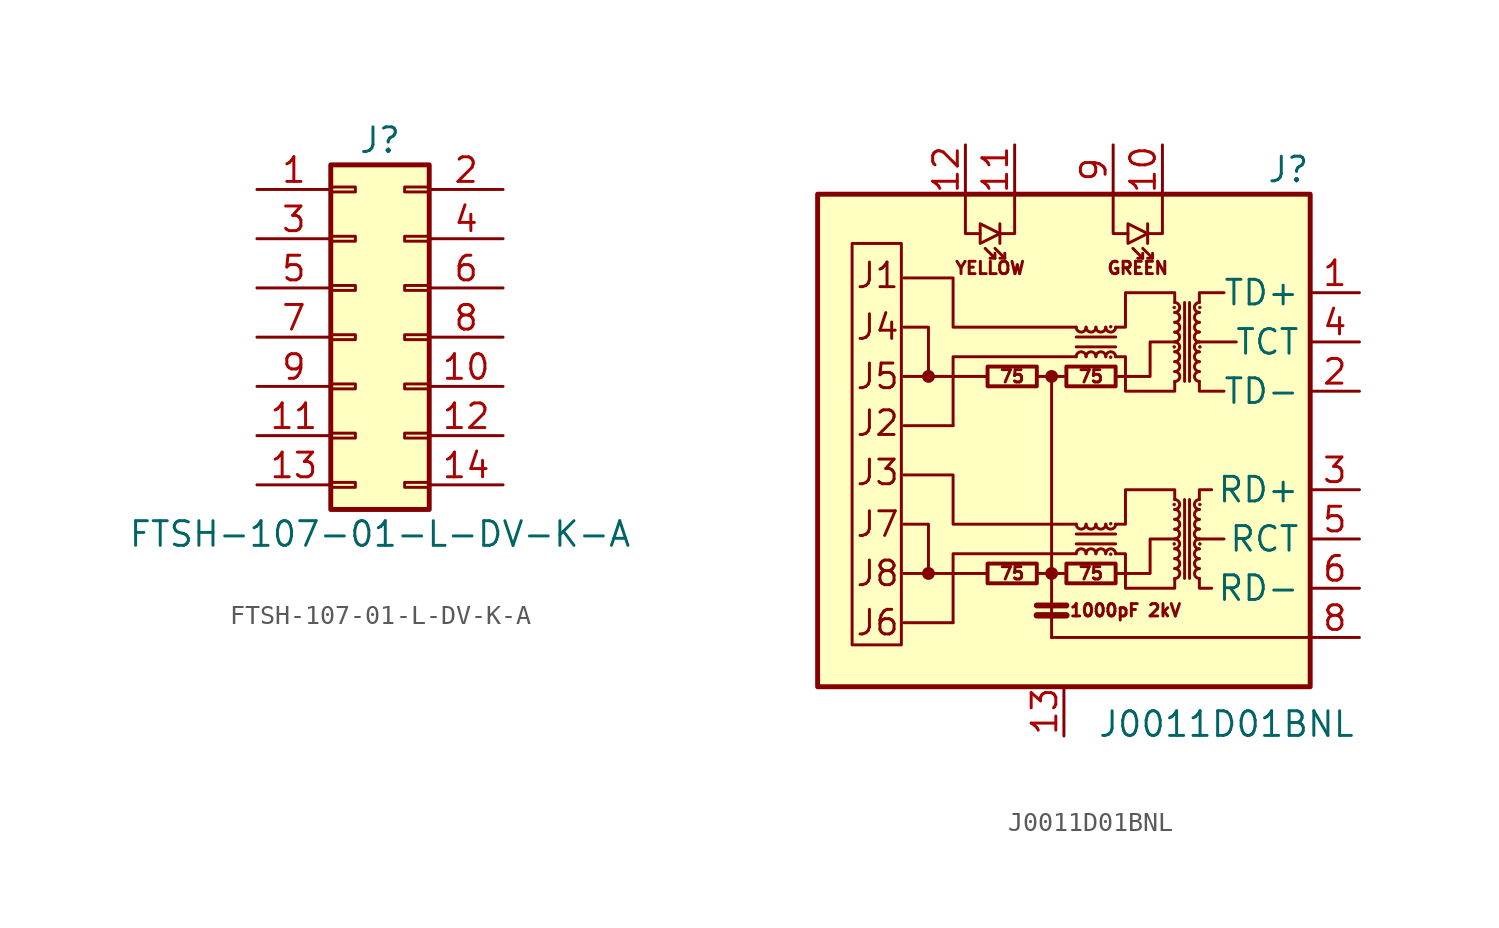
<source format=kicad_sym>
(kicad_symbol_lib
  (version 20211014)
  (generator kicad_symbol_editor)
  (symbol "FTSH-107-01-L-DV-K-A"
    (pin_names
      (offset 1.016) hide)
    (property "Reference" "J"
      (at 1.27 10.16 0)
      (effects (font (size 1.27 1.27))))
    (property "Value" "FTSH-107-01-L-DV-K-A"
      (at 1.27 -10.16 0)
      (effects (font (size 1.27 1.27))))
    (symbol "FTSH-107-01-L-DV-K-A_1_1"
      (rectangle (start -1.27 -7.493) (end 0 -7.747) (stroke (width 0.152) (type default) (color 0 0 0 0)) (fill (type none)))
      (rectangle (start -1.27 -4.953) (end 0 -5.207) (stroke (width 0.152) (type default) (color 0 0 0 0)) (fill (type none)))
      (rectangle (start -1.27 -2.413) (end 0 -2.667) (stroke (width 0.152) (type default) (color 0 0 0 0)) (fill (type none)))
      (rectangle (start -1.27 0.127) (end 0 -0.127) (stroke (width 0.152) (type default) (color 0 0 0 0)) (fill (type none)))
      (rectangle (start -1.27 2.667) (end 0 2.413) (stroke (width 0.152) (type default) (color 0 0 0 0)) (fill (type none)))
      (rectangle (start -1.27 5.207) (end 0 4.953) (stroke (width 0.152) (type default) (color 0 0 0 0)) (fill (type none)))
      (rectangle (start -1.27 7.747) (end 0 7.493) (stroke (width 0.152) (type default) (color 0 0 0 0)) (fill (type none)))
      (rectangle (start -1.27 8.89) (end 3.81 -8.89) (stroke (width 0.254) (type default) (color 0 0 0 0)) (fill (type background)))
      (rectangle (start 3.81 -7.493) (end 2.54 -7.747) (stroke (width 0.152) (type default) (color 0 0 0 0)) (fill (type none)))
      (rectangle (start 3.81 -4.953) (end 2.54 -5.207) (stroke (width 0.152) (type default) (color 0 0 0 0)) (fill (type none)))
      (rectangle (start 3.81 -2.413) (end 2.54 -2.667) (stroke (width 0.152) (type default) (color 0 0 0 0)) (fill (type none)))
      (rectangle (start 3.81 0.127) (end 2.54 -0.127) (stroke (width 0.152) (type default) (color 0 0 0 0)) (fill (type none)))
      (rectangle (start 3.81 2.667) (end 2.54 2.413) (stroke (width 0.152) (type default) (color 0 0 0 0)) (fill (type none)))
      (rectangle (start 3.81 5.207) (end 2.54 4.953) (stroke (width 0.152) (type default) (color 0 0 0 0)) (fill (type none)))
      (rectangle (start 3.81 7.747) (end 2.54 7.493) (stroke (width 0.152) (type default) (color 0 0 0 0)) (fill (type none)))
      (pin passive line (at -5.08 7.62 0) (length 3.81) (name "Pin_1" (effects (font (size 1.27 1.27)))) (number "1" (effects (font (size 1.27 1.27)))))
      (pin passive line (at 7.62 -2.54 180) (length 3.81) (name "Pin_10" (effects (font (size 1.27 1.27)))) (number "10" (effects (font (size 1.27 1.27)))))
      (pin passive line (at -5.08 -5.08 0) (length 3.81) (name "Pin_11" (effects (font (size 1.27 1.27)))) (number "11" (effects (font (size 1.27 1.27)))))
      (pin passive line (at 7.62 -5.08 180) (length 3.81) (name "Pin_12" (effects (font (size 1.27 1.27)))) (number "12" (effects (font (size 1.27 1.27)))))
      (pin passive line (at -5.08 -7.62 0) (length 3.81) (name "Pin_13" (effects (font (size 1.27 1.27)))) (number "13" (effects (font (size 1.27 1.27)))))
      (pin passive line (at 7.62 -7.62 180) (length 3.81) (name "Pin_14" (effects (font (size 1.27 1.27)))) (number "14" (effects (font (size 1.27 1.27)))))
      (pin passive line (at 7.62 7.62 180) (length 3.81) (name "Pin_2" (effects (font (size 1.27 1.27)))) (number "2" (effects (font (size 1.27 1.27)))))
      (pin passive line (at -5.08 5.08 0) (length 3.81) (name "Pin_3" (effects (font (size 1.27 1.27)))) (number "3" (effects (font (size 1.27 1.27)))))
      (pin passive line (at 7.62 5.08 180) (length 3.81) (name "Pin_4" (effects (font (size 1.27 1.27)))) (number "4" (effects (font (size 1.27 1.27)))))
      (pin passive line (at -5.08 2.54 0) (length 3.81) (name "Pin_5" (effects (font (size 1.27 1.27)))) (number "5" (effects (font (size 1.27 1.27)))))
      (pin passive line (at 7.62 2.54 180) (length 3.81) (name "Pin_6" (effects (font (size 1.27 1.27)))) (number "6" (effects (font (size 1.27 1.27)))))
      (pin passive line (at -5.08 0 0) (length 3.81) (name "Pin_7" (effects (font (size 1.27 1.27)))) (number "7" (effects (font (size 1.27 1.27)))))
      (pin passive line (at 7.62 0 180) (length 3.81) (name "Pin_8" (effects (font (size 1.27 1.27)))) (number "8" (effects (font (size 1.27 1.27)))))
      (pin passive line (at -5.08 -2.54 0) (length 3.81) (name "Pin_9" (effects (font (size 1.27 1.27)))) (number "9" (effects (font (size 1.27 1.27)))))))
  (symbol "J0011D01BNL"
    (property "Reference" "J"
      (at 12.7 13.97 0)
      (effects (font (size 1.27 1.27)) (justify right)))
    (property "Value" "J0011D01BNL"
      (at 8.382 -14.63 0)
      (effects (font (size 1.27 1.27))))
    (symbol "J0011D01BNL_0_0"
      (rectangle (start -12.7 12.7) (end 12.7 -12.7) (stroke (width 0.254) (type default) (color 0 0 0 0)) (fill (type background)))
      (polyline (pts (xy -3.937 -6.858) (xy -8.255 -6.858)) (stroke (width 0) (type default) (color 0 0 0 0)) (fill (type none)))
      (polyline (pts (xy -3.937 3.302) (xy -8.255 3.302)) (stroke (width 0) (type default) (color 0 0 0 0)) (fill (type none)))
      (polyline (pts (xy -0.635 -10.16) (xy 12.7 -10.16)) (stroke (width 0) (type default) (color 0 0 0 0)) (fill (type none)))
      (polyline (pts (xy 8.255 -5.08) (xy 6.985 -5.08)) (stroke (width 0) (type default) (color 0 0 0 0)) (fill (type none)))
      (polyline (pts (xy 8.89 5.08) (xy 6.985 5.08)) (stroke (width 0) (type default) (color 0 0 0 0)) (fill (type none)))
      (polyline (pts (xy 0.635 -4.318) (xy -5.715 -4.318) (xy -5.715 -1.778) (xy -8.255 -1.778)) (stroke (width 0) (type default) (color 0 0 0 0)) (fill (type none)))
      (polyline (pts (xy 0.635 5.842) (xy -5.715 5.842) (xy -5.715 8.382) (xy -8.255 8.382)) (stroke (width 0) (type default) (color 0 0 0 0)) (fill (type none)))
      (polyline (pts (xy 2.667 -6.858) (xy 4.445 -6.858) (xy 4.445 -5.08) (xy 5.715 -5.08)) (stroke (width 0) (type default) (color 0 0 0 0)) (fill (type none)))
      (polyline (pts (xy 2.667 3.302) (xy 4.445 3.302) (xy 4.445 5.08) (xy 5.715 5.08)) (stroke (width 0) (type default) (color 0 0 0 0)) (fill (type none)))
      (text "1000pF 2kV" (at 3.175 -8.763 0) (effects (font (size 0.635 0.635))))
      (text "75" (at -2.667 -6.858 0) (effects (font (size 0.635 0.635))))
      (text "75" (at -2.667 3.302 0) (effects (font (size 0.635 0.635))))
      (text "75" (at 1.397 -6.858 0) (effects (font (size 0.635 0.635))))
      (text "75" (at 1.397 3.302 0) (effects (font (size 0.635 0.635))))
      (text "GREEN" (at 3.81 8.89 0) (effects (font (size 0.635 0.635))))
      (text "J1" (at -10.795 8.509 0) (effects (font (size 1.27 1.27)) (justify left)))
      (text "J2" (at -10.795 0.889 0) (effects (font (size 1.27 1.27)) (justify left)))
      (text "J3" (at -10.795 -1.651 0) (effects (font (size 1.27 1.27)) (justify left)))
      (text "J4" (at -10.795 5.842 0) (effects (font (size 1.27 1.27)) (justify left)))
      (text "J5" (at -10.795 3.302 0) (effects (font (size 1.27 1.27)) (justify left)))
      (text "J6" (at -10.795 -9.398 0) (effects (font (size 1.27 1.27)) (justify left)))
      (text "J7" (at -10.795 -4.318 0) (effects (font (size 1.27 1.27)) (justify left)))
      (text "J8" (at -10.795 -6.858 0) (effects (font (size 1.27 1.27)) (justify left)))
      (text "YELLOW" (at -3.81 8.89 0) (effects (font (size 0.635 0.635)))))
    (symbol "J0011D01BNL_0_1"
      (rectangle (start -8.382 -10.541) (end -10.922 10.16) (stroke (width 0) (type default) (color 0 0 0 0)) (fill (type none)))
      (circle (center -6.985 -6.858) (radius 0.254) (stroke (width 0) (type default) (color 0 0 0 0)) (fill (type outline)))
      (circle (center -6.985 3.302) (radius 0.254) (stroke (width 0) (type default) (color 0 0 0 0)) (fill (type outline)))
      (rectangle (start -3.937 -7.366) (end -1.397 -6.35) (stroke (width 0.203) (type default) (color 0 0 0 0)) (fill (type none)))
      (rectangle (start -3.937 2.794) (end -1.397 3.81) (stroke (width 0.203) (type default) (color 0 0 0 0)) (fill (type none)))
      (circle (center -0.635 -6.858) (radius 0.254) (stroke (width 0) (type default) (color 0 0 0 0)) (fill (type outline)))
      (circle (center -0.635 3.302) (radius 0.254) (stroke (width 0) (type default) (color 0 0 0 0)) (fill (type outline)))
      (polyline (pts (xy -5.715 -9.398) (xy -8.255 -9.398)) (stroke (width 0) (type default) (color 0 0 0 0)) (fill (type none)))
      (polyline (pts (xy -5.715 0.762) (xy -8.255 0.762)) (stroke (width 0) (type default) (color 0 0 0 0)) (fill (type none)))
      (polyline (pts (xy -3.556 9.398) (xy -4.064 9.906)) (stroke (width 0) (type default) (color 0 0 0 0)) (fill (type none)))
      (polyline (pts (xy -3.302 11.176) (xy -3.302 10.16)) (stroke (width 0) (type default) (color 0 0 0 0)) (fill (type none)))
      (polyline (pts (xy -3.048 9.398) (xy -3.556 9.906)) (stroke (width 0) (type default) (color 0 0 0 0)) (fill (type none)))
      (polyline (pts (xy -1.397 -9.017) (xy 0.127 -9.017)) (stroke (width 0.33) (type default) (color 0 0 0 0)) (fill (type none)))
      (polyline (pts (xy -1.397 -8.509) (xy 0.127 -8.509)) (stroke (width 0.305) (type default) (color 0 0 0 0)) (fill (type none)))
      (polyline (pts (xy -0.635 3.302) (xy -1.397 3.302)) (stroke (width 0) (type default) (color 0 0 0 0)) (fill (type none)))
      (polyline (pts (xy 0.127 -6.858) (xy -1.397 -6.858)) (stroke (width 0) (type default) (color 0 0 0 0)) (fill (type none)))
      (polyline (pts (xy 0.635 -5.334) (xy 2.667 -5.334)) (stroke (width 0) (type default) (color 0 0 0 0)) (fill (type none)))
      (polyline (pts (xy 0.635 4.826) (xy 2.667 4.826)) (stroke (width 0) (type default) (color 0 0 0 0)) (fill (type none)))
      (polyline (pts (xy 2.667 -4.826) (xy 0.635 -4.826)) (stroke (width 0) (type default) (color 0 0 0 0)) (fill (type none)))
      (polyline (pts (xy 2.667 5.334) (xy 0.635 5.334)) (stroke (width 0) (type default) (color 0 0 0 0)) (fill (type none)))
      (polyline (pts (xy 4.064 9.398) (xy 3.556 9.906)) (stroke (width 0) (type default) (color 0 0 0 0)) (fill (type none)))
      (polyline (pts (xy 4.318 11.176) (xy 4.318 10.16)) (stroke (width 0) (type default) (color 0 0 0 0)) (fill (type none)))
      (polyline (pts (xy 4.572 9.398) (xy 4.064 9.906)) (stroke (width 0) (type default) (color 0 0 0 0)) (fill (type none)))
      (polyline (pts (xy 6.223 -3.048) (xy 6.223 -7.112)) (stroke (width 0) (type default) (color 0 0 0 0)) (fill (type none)))
      (polyline (pts (xy 6.223 7.112) (xy 6.223 3.048)) (stroke (width 0) (type default) (color 0 0 0 0)) (fill (type none)))
      (polyline (pts (xy 6.477 -7.112) (xy 6.477 -3.048)) (stroke (width 0) (type default) (color 0 0 0 0)) (fill (type none)))
      (polyline (pts (xy 6.477 3.048) (xy 6.477 7.112)) (stroke (width 0) (type default) (color 0 0 0 0)) (fill (type none)))
      (polyline (pts (xy -6.985 -6.858) (xy -6.985 -4.318) (xy -8.255 -4.318)) (stroke (width 0) (type default) (color 0 0 0 0)) (fill (type none)))
      (polyline (pts (xy -6.985 3.302) (xy -6.985 5.842) (xy -8.255 5.842)) (stroke (width 0) (type default) (color 0 0 0 0)) (fill (type none)))
      (polyline (pts (xy -5.08 12.7) (xy -5.08 10.668) (xy -4.318 10.668)) (stroke (width 0) (type default) (color 0 0 0 0)) (fill (type none)))
      (polyline (pts (xy -3.556 9.652) (xy -3.556 9.398) (xy -3.81 9.398)) (stroke (width 0) (type default) (color 0 0 0 0)) (fill (type none)))
      (polyline (pts (xy -3.048 9.652) (xy -3.048 9.398) (xy -3.302 9.398)) (stroke (width 0) (type default) (color 0 0 0 0)) (fill (type none)))
      (polyline (pts (xy -2.54 12.7) (xy -2.54 10.668) (xy -3.302 10.668)) (stroke (width 0) (type default) (color 0 0 0 0)) (fill (type none)))
      (polyline (pts (xy -0.635 -10.16) (xy -0.635 3.302) (xy 0 3.302)) (stroke (width 0) (type default) (color 0 0 0 0)) (fill (type none)))
      (polyline (pts (xy 0.635 -5.842) (xy -5.715 -5.842) (xy -5.715 -9.398)) (stroke (width 0) (type default) (color 0 0 0 0)) (fill (type none)))
      (polyline (pts (xy 0.635 4.318) (xy -5.715 4.318) (xy -5.715 0.762)) (stroke (width 0) (type default) (color 0 0 0 0)) (fill (type none)))
      (polyline (pts (xy 2.54 12.7) (xy 2.54 10.668) (xy 3.302 10.668)) (stroke (width 0) (type default) (color 0 0 0 0)) (fill (type none)))
      (polyline (pts (xy 4.064 9.652) (xy 4.064 9.398) (xy 3.81 9.398)) (stroke (width 0) (type default) (color 0 0 0 0)) (fill (type none)))
      (polyline (pts (xy 4.572 9.652) (xy 4.572 9.398) (xy 4.318 9.398)) (stroke (width 0) (type default) (color 0 0 0 0)) (fill (type none)))
      (polyline (pts (xy 5.08 12.7) (xy 5.08 10.668) (xy 4.318 10.668)) (stroke (width 0) (type default) (color 0 0 0 0)) (fill (type none)))
      (polyline (pts (xy 6.985 -7.112) (xy 6.985 -7.62) (xy 7.62 -7.62)) (stroke (width 0) (type default) (color 0 0 0 0)) (fill (type none)))
      (polyline (pts (xy 6.985 -3.048) (xy 6.985 -2.54) (xy 7.62 -2.54)) (stroke (width 0) (type default) (color 0 0 0 0)) (fill (type none)))
      (polyline (pts (xy 6.985 3.048) (xy 6.985 2.54) (xy 8.255 2.54)) (stroke (width 0) (type default) (color 0 0 0 0)) (fill (type none)))
      (polyline (pts (xy 6.985 7.112) (xy 6.985 7.62) (xy 8.255 7.62)) (stroke (width 0) (type default) (color 0 0 0 0)) (fill (type none)))
      (polyline (pts (xy -3.302 10.668) (xy -4.318 11.176) (xy -4.318 10.16) (xy -3.302 10.668)) (stroke (width 0) (type default) (color 0 0 0 0)) (fill (type none)))
      (polyline (pts (xy 4.318 10.668) (xy 3.302 11.176) (xy 3.302 10.16) (xy 4.318 10.668)) (stroke (width 0) (type default) (color 0 0 0 0)) (fill (type none)))
      (polyline (pts (xy 2.667 -4.318) (xy 3.175 -4.318) (xy 3.175 -2.54) (xy 5.715 -2.54) (xy 5.715 -3.048)) (stroke (width 0) (type default) (color 0 0 0 0)) (fill (type none)))
      (polyline (pts (xy 2.667 5.842) (xy 3.175 5.842) (xy 3.175 7.62) (xy 5.715 7.62) (xy 5.715 7.112)) (stroke (width 0) (type default) (color 0 0 0 0)) (fill (type none)))
      (polyline (pts (xy 5.715 -7.112) (xy 5.715 -7.62) (xy 3.175 -7.62) (xy 3.175 -5.842) (xy 2.667 -5.842)) (stroke (width 0) (type default) (color 0 0 0 0)) (fill (type none)))
      (polyline (pts (xy 5.715 3.048) (xy 5.715 2.54) (xy 3.175 2.54) (xy 3.175 4.318) (xy 2.667 4.318)) (stroke (width 0) (type default) (color 0 0 0 0)) (fill (type none)))
      (rectangle (start 0.127 -7.366) (end 2.667 -6.35) (stroke (width 0.203) (type default) (color 0 0 0 0)) (fill (type none)))
      (rectangle (start 0.127 2.794) (end 2.667 3.81) (stroke (width 0.203) (type default) (color 0 0 0 0)) (fill (type none)))
      (arc (start 0.635 -4.318) (mid 0.889 -4.572) (end 1.143 -4.318) (stroke (width 0) (type default) (color 0 0 0 0)) (fill (type none)))
      (arc (start 0.635 5.842) (mid 0.889 5.588) (end 1.143 5.842) (stroke (width 0) (type default) (color 0 0 0 0)) (fill (type none)))
      (arc (start 1.143 -5.842) (mid 0.889 -5.588) (end 0.635 -5.842) (stroke (width 0) (type default) (color 0 0 0 0)) (fill (type none)))
      (arc (start 1.143 -4.318) (mid 1.397 -4.572) (end 1.651 -4.318) (stroke (width 0) (type default) (color 0 0 0 0)) (fill (type none)))
      (arc (start 1.143 4.318) (mid 0.889 4.572) (end 0.635 4.318) (stroke (width 0) (type default) (color 0 0 0 0)) (fill (type none)))
      (arc (start 1.143 5.842) (mid 1.397 5.588) (end 1.651 5.842) (stroke (width 0) (type default) (color 0 0 0 0)) (fill (type none)))
      (arc (start 1.651 -5.842) (mid 1.397 -5.588) (end 1.143 -5.842) (stroke (width 0) (type default) (color 0 0 0 0)) (fill (type none)))
      (arc (start 1.651 -4.318) (mid 1.905 -4.572) (end 2.159 -4.318) (stroke (width 0) (type default) (color 0 0 0 0)) (fill (type none)))
      (arc (start 1.651 4.318) (mid 1.397 4.572) (end 1.143 4.318) (stroke (width 0) (type default) (color 0 0 0 0)) (fill (type none)))
      (arc (start 1.651 5.842) (mid 1.905 5.588) (end 2.159 5.842) (stroke (width 0) (type default) (color 0 0 0 0)) (fill (type none)))
      (arc (start 2.159 -5.842) (mid 1.905 -5.588) (end 1.651 -5.842) (stroke (width 0) (type default) (color 0 0 0 0)) (fill (type none)))
      (arc (start 2.159 -4.318) (mid 2.413 -4.572) (end 2.667 -4.318) (stroke (width 0) (type default) (color 0 0 0 0)) (fill (type none)))
      (arc (start 2.159 4.318) (mid 1.905 4.572) (end 1.651 4.318) (stroke (width 0) (type default) (color 0 0 0 0)) (fill (type none)))
      (arc (start 2.159 5.842) (mid 2.413 5.588) (end 2.667 5.842) (stroke (width 0) (type default) (color 0 0 0 0)) (fill (type none)))
      (circle (center 2.413 -5.867) (radius 0.076) (stroke (width 0.025) (type default) (color 0 0 0 0)) (fill (type outline)))
      (circle (center 2.413 -4.293) (radius 0.076) (stroke (width 0.025) (type default) (color 0 0 0 0)) (fill (type outline)))
      (circle (center 2.413 4.293) (radius 0.076) (stroke (width 0.025) (type default) (color 0 0 0 0)) (fill (type outline)))
      (circle (center 2.413 5.867) (radius 0.076) (stroke (width 0.025) (type default) (color 0 0 0 0)) (fill (type outline)))
      (arc (start 2.667 -5.842) (mid 2.413 -5.588) (end 2.159 -5.842) (stroke (width 0) (type default) (color 0 0 0 0)) (fill (type none)))
      (arc (start 2.667 4.318) (mid 2.413 4.572) (end 2.159 4.318) (stroke (width 0) (type default) (color 0 0 0 0)) (fill (type none)))
      (circle (center 5.69 -5.334) (radius 0.076) (stroke (width 0.025) (type default) (color 0 0 0 0)) (fill (type outline)))
      (circle (center 5.69 -3.302) (radius 0.076) (stroke (width 0.025) (type default) (color 0 0 0 0)) (fill (type outline)))
      (circle (center 5.69 4.826) (radius 0.076) (stroke (width 0.025) (type default) (color 0 0 0 0)) (fill (type outline)))
      (circle (center 5.69 6.858) (radius 0.076) (stroke (width 0.025) (type default) (color 0 0 0 0)) (fill (type outline)))
      (arc (start 5.715 -7.112) (mid 5.969 -6.858) (end 5.715 -6.604) (stroke (width 0) (type default) (color 0 0 0 0)) (fill (type none)))
      (arc (start 5.715 -6.604) (mid 5.969 -6.35) (end 5.715 -6.096) (stroke (width 0) (type default) (color 0 0 0 0)) (fill (type none)))
      (arc (start 5.715 -6.096) (mid 5.969 -5.842) (end 5.715 -5.588) (stroke (width 0) (type default) (color 0 0 0 0)) (fill (type none)))
      (arc (start 5.715 -5.588) (mid 5.969 -5.334) (end 5.715 -5.08) (stroke (width 0) (type default) (color 0 0 0 0)) (fill (type none)))
      (arc (start 5.715 -5.08) (mid 5.969 -4.826) (end 5.715 -4.572) (stroke (width 0) (type default) (color 0 0 0 0)) (fill (type none)))
      (arc (start 5.715 -4.572) (mid 5.969 -4.318) (end 5.715 -4.064) (stroke (width 0) (type default) (color 0 0 0 0)) (fill (type none)))
      (arc (start 5.715 -4.064) (mid 5.969 -3.81) (end 5.715 -3.556) (stroke (width 0) (type default) (color 0 0 0 0)) (fill (type none)))
      (arc (start 5.715 -3.556) (mid 5.969 -3.302) (end 5.715 -3.048) (stroke (width 0) (type default) (color 0 0 0 0)) (fill (type none)))
      (arc (start 5.715 3.048) (mid 5.969 3.302) (end 5.715 3.556) (stroke (width 0) (type default) (color 0 0 0 0)) (fill (type none)))
      (arc (start 5.715 3.556) (mid 5.969 3.81) (end 5.715 4.064) (stroke (width 0) (type default) (color 0 0 0 0)) (fill (type none)))
      (arc (start 5.715 4.064) (mid 5.969 4.318) (end 5.715 4.572) (stroke (width 0) (type default) (color 0 0 0 0)) (fill (type none)))
      (arc (start 5.715 4.572) (mid 5.969 4.826) (end 5.715 5.08) (stroke (width 0) (type default) (color 0 0 0 0)) (fill (type none)))
      (arc (start 5.715 5.08) (mid 5.969 5.334) (end 5.715 5.588) (stroke (width 0) (type default) (color 0 0 0 0)) (fill (type none)))
      (arc (start 5.715 5.588) (mid 5.969 5.842) (end 5.715 6.096) (stroke (width 0) (type default) (color 0 0 0 0)) (fill (type none)))
      (arc (start 5.715 6.096) (mid 5.969 6.35) (end 5.715 6.604) (stroke (width 0) (type default) (color 0 0 0 0)) (fill (type none)))
      (arc (start 5.715 6.604) (mid 5.969 6.858) (end 5.715 7.112) (stroke (width 0) (type default) (color 0 0 0 0)) (fill (type none)))
      (arc (start 6.985 -6.604) (mid 6.731 -6.858) (end 6.985 -7.112) (stroke (width 0) (type default) (color 0 0 0 0)) (fill (type none)))
      (arc (start 6.985 -6.096) (mid 6.731 -6.35) (end 6.985 -6.604) (stroke (width 0) (type default) (color 0 0 0 0)) (fill (type none)))
      (arc (start 6.985 -5.588) (mid 6.731 -5.842) (end 6.985 -6.096) (stroke (width 0) (type default) (color 0 0 0 0)) (fill (type none)))
      (arc (start 6.985 -5.08) (mid 6.731 -5.334) (end 6.985 -5.588) (stroke (width 0) (type default) (color 0 0 0 0)) (fill (type none)))
      (arc (start 6.985 -4.572) (mid 6.731 -4.826) (end 6.985 -5.08) (stroke (width 0) (type default) (color 0 0 0 0)) (fill (type none)))
      (arc (start 6.985 -4.064) (mid 6.731 -4.318) (end 6.985 -4.572) (stroke (width 0) (type default) (color 0 0 0 0)) (fill (type none)))
      (arc (start 6.985 -3.556) (mid 6.731 -3.81) (end 6.985 -4.064) (stroke (width 0) (type default) (color 0 0 0 0)) (fill (type none)))
      (arc (start 6.985 -3.048) (mid 6.731 -3.302) (end 6.985 -3.556) (stroke (width 0) (type default) (color 0 0 0 0)) (fill (type none)))
      (arc (start 6.985 3.556) (mid 6.731 3.302) (end 6.985 3.048) (stroke (width 0) (type default) (color 0 0 0 0)) (fill (type none)))
      (arc (start 6.985 4.064) (mid 6.731 3.81) (end 6.985 3.556) (stroke (width 0) (type default) (color 0 0 0 0)) (fill (type none)))
      (arc (start 6.985 4.572) (mid 6.731 4.318) (end 6.985 4.064) (stroke (width 0) (type default) (color 0 0 0 0)) (fill (type none)))
      (arc (start 6.985 5.08) (mid 6.731 4.826) (end 6.985 4.572) (stroke (width 0) (type default) (color 0 0 0 0)) (fill (type none)))
      (arc (start 6.985 5.588) (mid 6.731 5.334) (end 6.985 5.08) (stroke (width 0) (type default) (color 0 0 0 0)) (fill (type none)))
      (arc (start 6.985 6.096) (mid 6.731 5.842) (end 6.985 5.588) (stroke (width 0) (type default) (color 0 0 0 0)) (fill (type none)))
      (arc (start 6.985 6.604) (mid 6.731 6.35) (end 6.985 6.096) (stroke (width 0) (type default) (color 0 0 0 0)) (fill (type none)))
      (arc (start 6.985 7.112) (mid 6.731 6.858) (end 6.985 6.604) (stroke (width 0) (type default) (color 0 0 0 0)) (fill (type none)))
      (circle (center 7.01 -5.334) (radius 0.076) (stroke (width 0.025) (type default) (color 0 0 0 0)) (fill (type outline)))
      (circle (center 7.01 -3.302) (radius 0.076) (stroke (width 0.025) (type default) (color 0 0 0 0)) (fill (type outline)))
      (circle (center 7.01 4.826) (radius 0.076) (stroke (width 0.025) (type default) (color 0 0 0 0)) (fill (type outline)))
      (circle (center 7.01 6.858) (radius 0.076) (stroke (width 0.025) (type default) (color 0 0 0 0)) (fill (type outline))))
    (symbol "J0011D01BNL_1_1"
      (pin passive line (at 15.24 7.62 180) (length 2.54) (name "TD+" (effects (font (size 1.27 1.27)))) (number "1" (effects (font (size 1.27 1.27)))))
      (pin passive line (at 5.08 15.24 270) (length 2.54) (name "~" (effects (font (size 1.27 1.27)))) (number "10" (effects (font (size 1.27 1.27)))))
      (pin passive line (at -2.54 15.24 270) (length 2.54) (name "~" (effects (font (size 1.27 1.27)))) (number "11" (effects (font (size 1.27 1.27)))))
      (pin passive line (at -5.08 15.24 270) (length 2.54) (name "~" (effects (font (size 1.27 1.27)))) (number "12" (effects (font (size 1.27 1.27)))))
      (pin passive line (at 0 -15.24 90) (length 2.54) (name "~" (effects (font (size 1.27 1.27)))) (number "13" (effects (font (size 1.27 1.27)))))
      (pin passive line (at 15.24 2.54 180) (length 2.54) (name "TD-" (effects (font (size 1.27 1.27)))) (number "2" (effects (font (size 1.27 1.27)))))
      (pin passive line (at 15.24 -2.54 180) (length 2.54) (name "RD+" (effects (font (size 1.27 1.27)))) (number "3" (effects (font (size 1.27 1.27)))))
      (pin passive line (at 15.24 5.08 180) (length 2.54) (name "TCT" (effects (font (size 1.27 1.27)))) (number "4" (effects (font (size 1.27 1.27)))))
      (pin passive line (at 15.24 -5.08 180) (length 2.54) (name "RCT" (effects (font (size 1.27 1.27)))) (number "5" (effects (font (size 1.27 1.27)))))
      (pin passive line (at 15.24 -7.62 180) (length 2.54) (name "RD-" (effects (font (size 1.27 1.27)))) (number "6" (effects (font (size 1.27 1.27)))))
      (pin passive line (at 15.24 -10.16 180) (length 2.54) (name "~" (effects (font (size 1.27 1.27)))) (number "8" (effects (font (size 1.27 1.27)))))
      (pin passive line (at 2.54 15.24 270) (length 2.54) (name "~" (effects (font (size 1.27 1.27)))) (number "9" (effects (font (size 1.27 1.27))))))))
</source>
